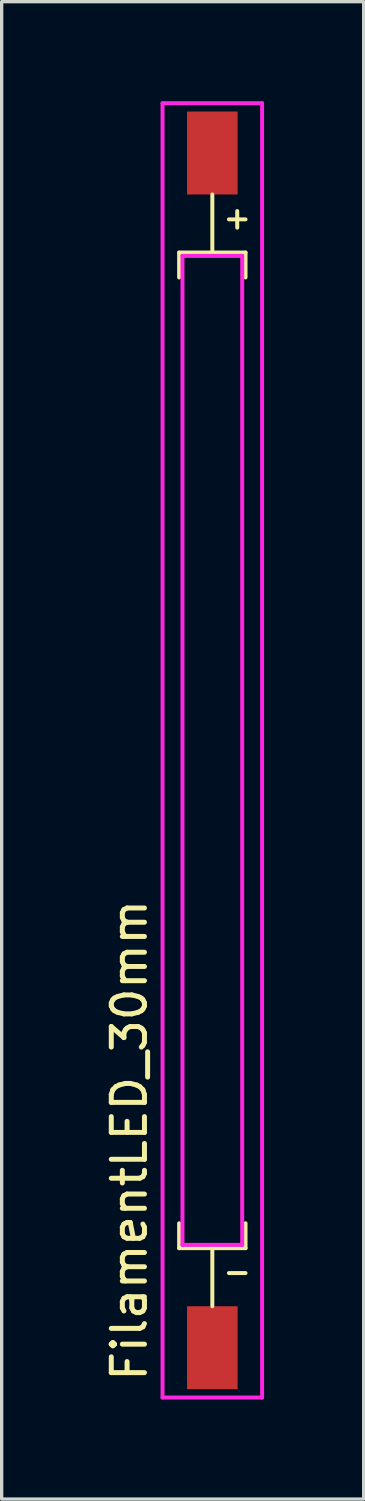
<source format=kicad_pcb>
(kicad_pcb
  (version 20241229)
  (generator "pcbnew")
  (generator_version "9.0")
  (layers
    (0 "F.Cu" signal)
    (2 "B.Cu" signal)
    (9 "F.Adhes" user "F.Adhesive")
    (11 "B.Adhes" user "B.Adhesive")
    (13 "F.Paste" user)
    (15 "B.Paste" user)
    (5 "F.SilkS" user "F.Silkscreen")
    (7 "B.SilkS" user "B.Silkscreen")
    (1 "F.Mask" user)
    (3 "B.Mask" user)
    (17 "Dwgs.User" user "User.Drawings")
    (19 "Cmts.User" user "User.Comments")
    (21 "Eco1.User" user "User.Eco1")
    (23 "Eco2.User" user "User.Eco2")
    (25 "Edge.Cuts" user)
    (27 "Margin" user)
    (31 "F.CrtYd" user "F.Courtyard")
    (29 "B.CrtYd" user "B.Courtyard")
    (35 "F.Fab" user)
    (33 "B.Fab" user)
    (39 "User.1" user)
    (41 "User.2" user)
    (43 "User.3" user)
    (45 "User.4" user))
  (footprint "FilamentLED_30mm"
    (layer "F.Cu")
    (at 3.348 19.56)
    (property "Reference" "FilamentLED_30mm" (at -2.5 11.75 90) (layer "F.SilkS") (effects (font (size 1 1) (thickness 0.15))))
    (attr through_hole)
    (fp_line (start -1 -15) (end -1 -14.25) (stroke (width 0.12) (type solid)) (layer "F.SilkS"))
    (fp_line (start -1 15) (end -1 14.25) (stroke (width 0.12) (type solid)) (layer "F.SilkS"))
    (fp_line (start -1 15) (end 1 15) (stroke (width 0.12) (type solid)) (layer "F.SilkS"))
    (fp_line (start 0 -15) (end 0 -16.75) (stroke (width 0.12) (type solid)) (layer "F.SilkS"))
    (fp_line (start 0 15) (end 0 16.75) (stroke (width 0.12) (type solid)) (layer "F.SilkS"))
    (fp_line (start 0.5 -16) (end 1 -16) (stroke (width 0.12) (type solid)) (layer "F.SilkS"))
    (fp_line (start 0.5 15.75) (end 1 15.75) (stroke (width 0.12) (type solid)) (layer "F.SilkS"))
    (fp_line (start 0.75 -16.25) (end 0.75 -15.75) (stroke (width 0.12) (type solid)) (layer "F.SilkS"))
    (fp_line (start 1 -15) (end -1 -15) (stroke (width 0.12) (type solid)) (layer "F.SilkS"))
    (fp_line (start 1 -15) (end 1 -14.25) (stroke (width 0.12) (type solid)) (layer "F.SilkS"))
    (fp_line (start 1 15) (end 1 14.25) (stroke (width 0.12) (type solid)) (layer "F.SilkS"))
    (fp_line (start -1.5 -19.5) (end -1.5 19.5) (stroke (width 0.12) (type solid)) (layer "F.CrtYd"))
    (fp_line (start -1.5 19.5) (end 1.5 19.5) (stroke (width 0.12) (type solid)) (layer "F.CrtYd"))
    (fp_line (start -0.9 -14.9) (end -0.9 14.9) (stroke (width 0.12) (type solid)) (layer "F.CrtYd"))
    (fp_line (start -0.9 14.9) (end 0.9 14.9) (stroke (width 0.12) (type solid)) (layer "F.CrtYd"))
    (fp_line (start 0.9 -14.9) (end -0.9 -14.9) (stroke (width 0.12) (type solid)) (layer "F.CrtYd"))
    (fp_line (start 0.9 14.9) (end 0.9 -14.9) (stroke (width 0.12) (type solid)) (layer "F.CrtYd"))
    (fp_line (start 1.5 -19.5) (end -1.5 -19.5) (stroke (width 0.12) (type solid)) (layer "F.CrtYd"))
    (fp_line (start 1.5 19.5) (end 1.5 -19.5) (stroke (width 0.12) (type solid)) (layer "F.CrtYd"))
    (pad "1" smd rect (at 0 18) (size 1.524 2.5) (layers "F.Cu" "F.Mask" "F.Paste"))
    (pad "2" smd rect (at 0 -18) (size 1.524 2.5) (layers "F.Cu" "F.Mask" "F.Paste")))
  (gr_rect
    (start -3 -3)
    (end 7.908 42.12)
    (stroke (width 0.1) (type default))
    (fill no)
    (layer "Edge.Cuts")))
</source>
